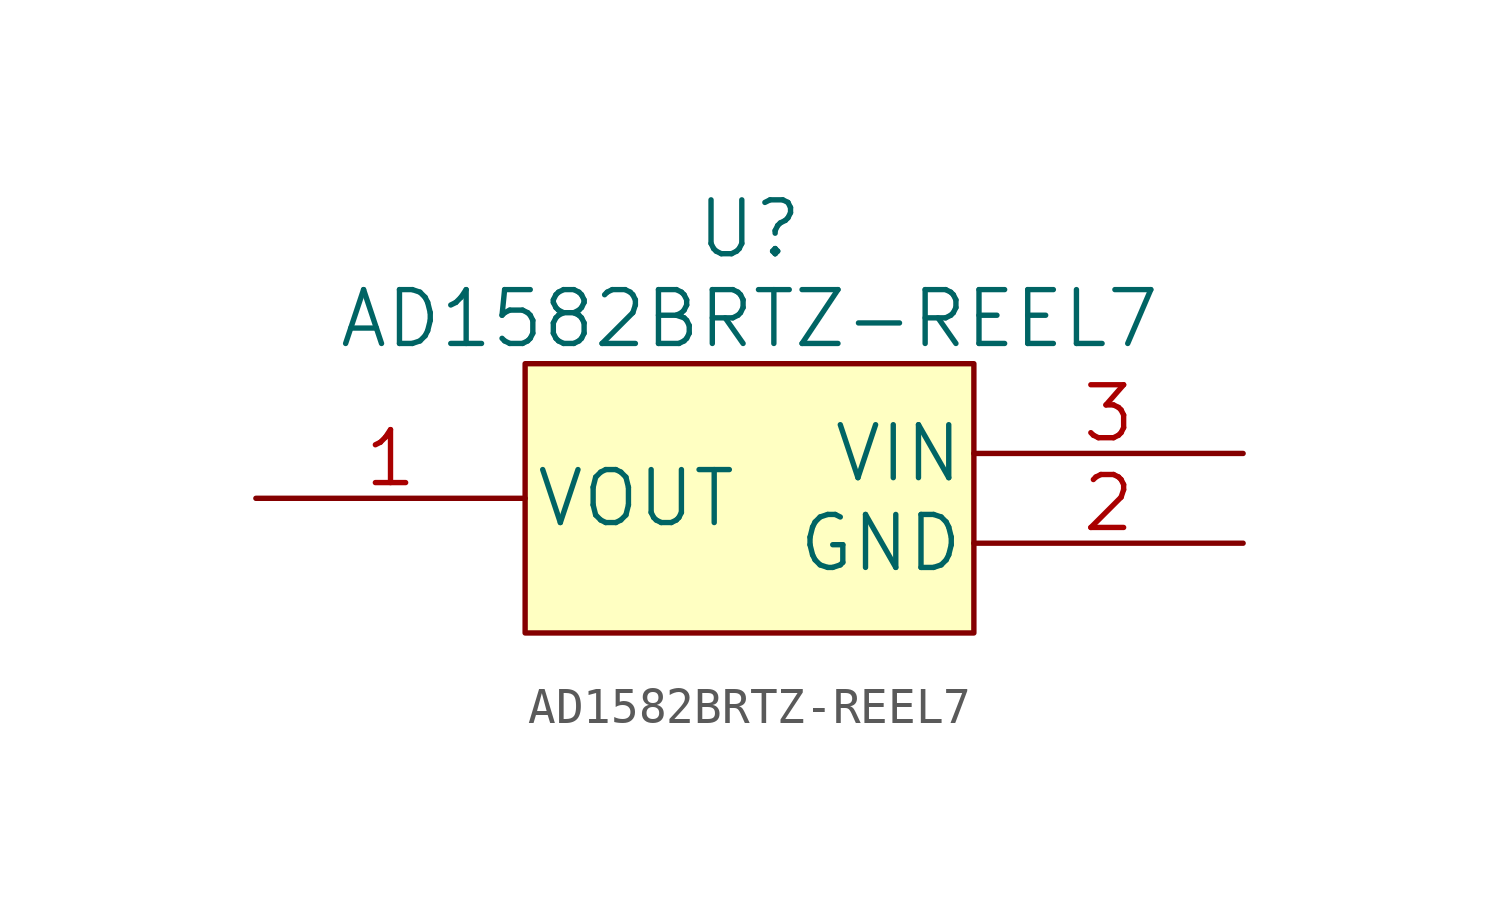
<source format=kicad_sym>
(kicad_symbol_lib
  (version 20211014)
  (generator kicad_symbol_editor)
  (symbol "AD1582BRTZ-REEL7"
    (pin_names
      (offset 0.254))
    (property "Reference" "U"
      (at 0 7.62 0)
      (effects (font (size 1.524 1.524))))
    (property "Value" "AD1582BRTZ-REEL7"
      (at 0 5.08 0)
      (effects (font (size 1.524 1.524))))
    (property "Datasheet" ""
      (at 0 0 0)
      (effects (font (size 1.524 1.524))))
    (symbol "AD1582BRTZ-REEL7_0_1"
      (rectangle (start 6.35 3.81) (end -6.35 -3.81) (stroke (width 0) (type default) (color 0 0 0 0)) (fill (type background))))
    (symbol "AD1582BRTZ-REEL7_1_1"
      (pin output line (at -13.97 0 0) (length 7.62) (name "VOUT" (effects (font (size 1.499 1.499)))) (number "1" (effects (font (size 1.499 1.499)))))
      (pin power_in line (at 13.97 -1.27 180) (length 7.62) (name "GND" (effects (font (size 1.499 1.499)))) (number "2" (effects (font (size 1.499 1.499)))))
      (pin power_in line (at 13.97 1.27 180) (length 7.62) (name "VIN" (effects (font (size 1.499 1.499)))) (number "3" (effects (font (size 1.499 1.499))))))))
</source>
